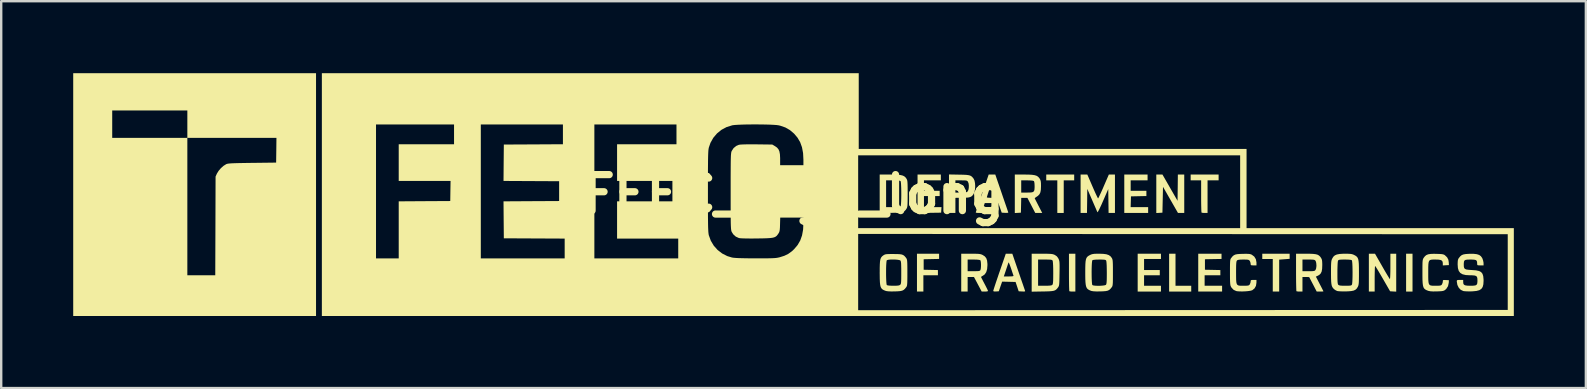
<source format=kicad_pcb>
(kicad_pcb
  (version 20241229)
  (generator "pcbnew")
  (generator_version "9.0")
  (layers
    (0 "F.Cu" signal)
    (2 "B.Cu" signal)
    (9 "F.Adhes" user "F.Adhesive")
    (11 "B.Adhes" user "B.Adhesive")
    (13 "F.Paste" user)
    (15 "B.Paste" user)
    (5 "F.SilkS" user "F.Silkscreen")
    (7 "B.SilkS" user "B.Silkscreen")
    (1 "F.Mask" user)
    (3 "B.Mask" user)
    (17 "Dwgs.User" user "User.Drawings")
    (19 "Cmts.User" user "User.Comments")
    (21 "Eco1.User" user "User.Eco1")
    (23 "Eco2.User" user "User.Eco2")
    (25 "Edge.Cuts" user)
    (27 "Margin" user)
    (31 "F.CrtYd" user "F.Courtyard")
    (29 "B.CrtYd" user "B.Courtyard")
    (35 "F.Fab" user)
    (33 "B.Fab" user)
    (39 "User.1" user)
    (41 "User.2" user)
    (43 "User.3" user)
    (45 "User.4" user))
  (footprint "FEEC_logo_long"
    (layer "F.Cu")
    (at 30.009 5.046)
    (property "Reference" "FEEC_logo_long" (at 0 0 0) (layer "F.SilkS") (effects (font (size 1.5 1.5) (thickness 0.3))))
    (attr board_only exclude_from_pos_files exclude_from_bom)
    (fp_poly (pts (xy 25.788 3.263) (xy 25.788 4.051) (xy 25.655 4.051) (xy 25.521 4.051) (xy 25.521 3.263) (xy 25.521 2.474) (xy 25.655 2.474) (xy 25.788 2.474)) (stroke (width 0) (type solid)) (fill yes) (layer "F.SilkS"))
    (fp_poly (pts (xy 15.914 3.142) (xy 15.914 3.809) (xy 16.242 3.809) (xy 16.569 3.809) (xy 16.569 3.93) (xy 16.569 4.051) (xy 16.108 4.051) (xy 15.648 4.051) (xy 15.648 3.263) (xy 15.648 2.474) (xy 15.781 2.474) (xy 15.914 2.474)) (stroke (width 0) (type solid)) (fill yes) (layer "F.SilkS"))
    (fp_poly (pts (xy 11.693 -0.704) (xy 11.693 -0.582) (xy 11.475 -0.582) (xy 11.257 -0.582) (xy 11.257 0.097) (xy 11.257 0.776) (xy 11.123 0.776) (xy 10.99 0.776) (xy 10.99 0.097) (xy 10.99 -0.582) (xy 10.759 -0.582) (xy 10.529 -0.582) (xy 10.529 -0.704) (xy 10.529 -0.825) (xy 11.111 -0.825) (xy 11.693 -0.825)) (stroke (width 0) (type solid)) (fill yes) (layer "F.SilkS"))
    (fp_poly (pts (xy 11.742 3.263) (xy 11.742 4.051) (xy 11.624 4.051) (xy 11.553 4.048) (xy 11.503 4.04) (xy 11.491 4.035) (xy 11.487 4.008) (xy 11.484 3.938) (xy 11.48 3.831) (xy 11.478 3.694) (xy 11.476 3.532) (xy 11.475 3.35) (xy 11.475 3.247) (xy 11.475 2.474) (xy 11.608 2.474) (xy 11.742 2.474)) (stroke (width 0) (type solid)) (fill yes) (layer "F.SilkS"))
    (fp_poly (pts (xy 20.669 2.581) (xy 20.669 2.687) (xy 20.451 2.704) (xy 20.233 2.721) (xy 20.233 3.386) (xy 20.233 4.051) (xy 20.099 4.051) (xy 19.966 4.051) (xy 19.966 3.372) (xy 19.966 2.693) (xy 19.747 2.693) (xy 19.529 2.693) (xy 19.529 2.584) (xy 19.529 2.474) (xy 20.099 2.474) (xy 20.669 2.474)) (stroke (width 0) (type solid)) (fill yes) (layer "F.SilkS"))
    (fp_poly (pts (xy 6.065 2.583) (xy 6.065 2.691) (xy 5.744 2.698) (xy 5.422 2.705) (xy 5.422 2.923) (xy 5.422 3.142) (xy 5.719 3.148) (xy 6.016 3.155) (xy 6.016 3.264) (xy 6.016 3.372) (xy 5.713 3.372) (xy 5.41 3.372) (xy 5.41 3.712) (xy 5.41 4.051) (xy 5.277 4.051) (xy 5.143 4.051) (xy 5.143 3.263) (xy 5.143 2.474) (xy 5.604 2.474) (xy 6.065 2.474)) (stroke (width 0) (type solid)) (fill yes) (layer "F.SilkS"))
    (fp_poly (pts (xy 15.684 -0.278) (xy 15.999 0.27) (xy 16.006 -0.278) (xy 16.012 -0.825) (xy 16.145 -0.825) (xy 16.278 -0.825) (xy 16.278 -0.024) (xy 16.278 0.776) (xy 16.147 0.776) (xy 16.017 0.776) (xy 15.705 0.232) (xy 15.393 -0.312) (xy 15.381 0.226) (xy 15.369 0.764) (xy 15.241 0.772) (xy 15.114 0.779) (xy 15.114 -0.023) (xy 15.114 -0.825) (xy 15.242 -0.825) (xy 15.37 -0.825)) (stroke (width 0) (type solid)) (fill yes) (layer "F.SilkS"))
    (fp_poly (pts (xy 6.138 -0.704) (xy 6.138 -0.582) (xy 5.786 -0.582) (xy 5.434 -0.582) (xy 5.434 -0.364) (xy 5.434 -0.146) (xy 5.762 -0.146) (xy 6.089 -0.146) (xy 6.089 -0.036) (xy 6.089 0.073) (xy 5.762 0.073) (xy 5.434 0.073) (xy 5.434 0.303) (xy 5.434 0.534) (xy 5.799 0.534) (xy 6.165 0.534) (xy 6.157 0.649) (xy 6.15 0.764) (xy 5.659 0.771) (xy 5.167 0.777) (xy 5.167 -0.024) (xy 5.167 -0.825) (xy 5.653 -0.825) (xy 6.138 -0.825)) (stroke (width 0) (type solid)) (fill yes) (layer "F.SilkS"))
    (fp_poly (pts (xy 14.75 -0.704) (xy 14.75 -0.582) (xy 14.398 -0.582) (xy 14.046 -0.582) (xy 14.046 -0.364) (xy 14.046 -0.146) (xy 14.374 -0.146) (xy 14.701 -0.146) (xy 14.701 -0.037) (xy 14.701 0.071) (xy 14.38 0.078) (xy 14.059 0.085) (xy 14.052 0.309) (xy 14.045 0.534) (xy 14.409 0.534) (xy 14.774 0.534) (xy 14.774 0.655) (xy 14.774 0.776) (xy 14.277 0.776) (xy 13.78 0.776) (xy 13.78 -0.024) (xy 13.78 -0.825) (xy 14.265 -0.825) (xy 14.75 -0.825)) (stroke (width 0) (type solid)) (fill yes) (layer "F.SilkS"))
    (fp_poly (pts (xy 15.308 2.584) (xy 15.308 2.693) (xy 14.956 2.693) (xy 14.604 2.693) (xy 14.604 2.923) (xy 14.604 3.154) (xy 14.932 3.154) (xy 15.259 3.154) (xy 15.259 3.263) (xy 15.259 3.372) (xy 14.932 3.372) (xy 14.604 3.372) (xy 14.604 3.59) (xy 14.604 3.809) (xy 14.956 3.809) (xy 15.308 3.809) (xy 15.308 3.93) (xy 15.308 4.051) (xy 14.823 4.051) (xy 14.338 4.051) (xy 14.338 3.263) (xy 14.338 2.474) (xy 14.823 2.474) (xy 15.308 2.474)) (stroke (width 0) (type solid)) (fill yes) (layer "F.SilkS"))
    (fp_poly (pts (xy 17.71 -0.704) (xy 17.71 -0.582) (xy 17.479 -0.582) (xy 17.249 -0.582) (xy 17.249 0.097) (xy 17.249 0.776) (xy 17.131 0.776) (xy 17.06 0.773) (xy 17.01 0.765) (xy 16.998 0.76) (xy 16.994 0.733) (xy 16.99 0.663) (xy 16.987 0.557) (xy 16.984 0.423) (xy 16.982 0.265) (xy 16.982 0.091) (xy 16.982 0.081) (xy 16.982 -0.582) (xy 16.764 -0.582) (xy 16.545 -0.582) (xy 16.545 -0.704) (xy 16.545 -0.825) (xy 17.127 -0.825) (xy 17.71 -0.825)) (stroke (width 0) (type solid)) (fill yes) (layer "F.SilkS"))
    (fp_poly (pts (xy 17.831 2.583) (xy 17.831 2.692) (xy 17.485 2.698) (xy 17.14 2.705) (xy 17.14 2.923) (xy 17.14 3.142) (xy 17.461 3.148) (xy 17.782 3.155) (xy 17.782 3.264) (xy 17.782 3.372) (xy 17.455 3.372) (xy 17.127 3.372) (xy 17.127 3.59) (xy 17.127 3.809) (xy 17.491 3.809) (xy 17.855 3.809) (xy 17.855 3.93) (xy 17.855 4.051) (xy 17.358 4.051) (xy 16.861 4.051) (xy 16.861 3.263) (xy 16.861 2.474) (xy 17.346 2.474) (xy 17.831 2.474)) (stroke (width 0) (type solid)) (fill yes) (layer "F.SilkS"))
    (fp_poly (pts (xy 24.524 2.996) (xy 24.607 3.141) (xy 24.683 3.271) (xy 24.749 3.381) (xy 24.8 3.465) (xy 24.833 3.517) (xy 24.845 3.531) (xy 24.851 3.512) (xy 24.857 3.451) (xy 24.861 3.352) (xy 24.865 3.223) (xy 24.866 3.068) (xy 24.866 3.01) (xy 24.866 2.474) (xy 24.988 2.474) (xy 25.109 2.474) (xy 25.109 3.264) (xy 25.109 4.054) (xy 24.982 4.047) (xy 24.854 4.039) (xy 24.551 3.512) (xy 24.467 3.368) (xy 24.391 3.239) (xy 24.326 3.13) (xy 24.275 3.048) (xy 24.241 2.998) (xy 24.229 2.984) (xy 24.224 3.007) (xy 24.219 3.072) (xy 24.216 3.171) (xy 24.213 3.298) (xy 24.211 3.446) (xy 24.211 3.518) (xy 24.211 4.051) (xy 24.09 4.051) (xy 23.969 4.051) (xy 23.969 3.263) (xy 23.969 2.474) (xy 24.097 2.474) (xy 24.225 2.474)) (stroke (width 0) (type solid)) (fill yes) (layer "F.SilkS"))
    (fp_poly (pts (xy 12.455 -0.328) (xy 12.518 -0.184) (xy 12.575 -0.056) (xy 12.624 0.048) (xy 12.661 0.124) (xy 12.683 0.165) (xy 12.688 0.17) (xy 12.703 0.149) (xy 12.733 0.089) (xy 12.776 -0.003) (xy 12.83 -0.12) (xy 12.891 -0.256) (xy 12.921 -0.327) (xy 13.137 -0.825) (xy 13.264 -0.825) (xy 13.391 -0.825) (xy 13.391 -0.024) (xy 13.391 0.776) (xy 13.258 0.776) (xy 13.126 0.776) (xy 13.119 0.279) (xy 13.112 -0.218) (xy 12.895 0.279) (xy 12.832 0.423) (xy 12.774 0.547) (xy 12.726 0.646) (xy 12.689 0.714) (xy 12.667 0.746) (xy 12.662 0.746) (xy 12.648 0.716) (xy 12.618 0.648) (xy 12.575 0.549) (xy 12.522 0.427) (xy 12.462 0.289) (xy 12.443 0.244) (xy 12.239 -0.227) (xy 12.233 0.275) (xy 12.226 0.776) (xy 12.093 0.776) (xy 11.96 0.776) (xy 11.96 -0.024) (xy 11.96 -0.825) (xy 12.1 -0.825) (xy 12.24 -0.825)) (stroke (width 0) (type solid)) (fill yes) (layer "F.SilkS"))
    (fp_poly (pts (xy -19.893 0.012) (xy -19.893 5.07) (xy -24.951 5.07) (xy -30.009 5.07) (xy -30.009 0.012) (xy -30.009 -3.493) (xy -28.384 -3.493) (xy -28.384 -2.923) (xy -28.384 -2.353) (xy -26.819 -2.353) (xy -25.254 -2.353) (xy -25.254 0.509) (xy -25.254 3.372) (xy -24.673 3.372) (xy -24.091 3.372) (xy -24.084 1.316) (xy -24.078 -0.74) (xy -24.021 -0.866) (xy -23.953 -0.977) (xy -23.857 -1.089) (xy -23.747 -1.187) (xy -23.638 -1.255) (xy -23.635 -1.257) (xy -23.607 -1.267) (xy -23.57 -1.276) (xy -23.52 -1.283) (xy -23.451 -1.289) (xy -23.359 -1.294) (xy -23.24 -1.298) (xy -23.089 -1.302) (xy -22.9 -1.305) (xy -22.67 -1.309) (xy -22.549 -1.31) (xy -21.555 -1.322) (xy -21.548 -1.838) (xy -21.542 -2.353) (xy -23.398 -2.353) (xy -25.254 -2.353) (xy -25.254 -2.923) (xy -25.254 -3.493) (xy -26.819 -3.493) (xy -28.384 -3.493) (xy -30.009 -3.493) (xy -30.009 -5.046) (xy -24.951 -5.046) (xy -19.893 -5.046)) (stroke (width 0) (type solid)) (fill yes) (layer "F.SilkS"))
    (fp_poly (pts (xy 6.9 -0.82) (xy 7.066 -0.817) (xy 7.192 -0.811) (xy 7.284 -0.8) (xy 7.353 -0.783) (xy 7.405 -0.756) (xy 7.448 -0.719) (xy 7.49 -0.668) (xy 7.505 -0.648) (xy 7.54 -0.572) (xy 7.561 -0.465) (xy 7.569 -0.341) (xy 7.562 -0.217) (xy 7.54 -0.107) (xy 7.525 -0.065) (xy 7.483 0.015) (xy 7.433 0.073) (xy 7.367 0.111) (xy 7.276 0.133) (xy 7.153 0.143) (xy 7.029 0.145) (xy 6.744 0.146) (xy 6.744 0.461) (xy 6.744 0.776) (xy 6.611 0.776) (xy 6.477 0.776) (xy 6.477 -0.026) (xy 6.477 -0.582) (xy 6.744 -0.582) (xy 6.744 -0.328) (xy 6.744 -0.073) (xy 6.975 -0.073) (xy 7.086 -0.074) (xy 7.161 -0.08) (xy 7.209 -0.091) (xy 7.241 -0.11) (xy 7.254 -0.121) (xy 7.284 -0.179) (xy 7.301 -0.265) (xy 7.304 -0.364) (xy 7.293 -0.456) (xy 7.266 -0.525) (xy 7.264 -0.528) (xy 7.243 -0.553) (xy 7.215 -0.569) (xy 7.168 -0.578) (xy 7.094 -0.581) (xy 6.985 -0.582) (xy 6.744 -0.582) (xy 6.477 -0.582) (xy 6.477 -0.828)) (stroke (width 0) (type solid)) (fill yes) (layer "F.SilkS"))
    (fp_poly (pts (xy 9.371 3.22) (xy 9.434 3.403) (xy 9.492 3.572) (xy 9.544 3.721) (xy 9.587 3.846) (xy 9.619 3.939) (xy 9.639 3.996) (xy 9.644 4.01) (xy 9.649 4.035) (xy 9.633 4.047) (xy 9.586 4.049) (xy 9.521 4.047) (xy 9.38 4.039) (xy 9.316 3.845) (xy 9.251 3.651) (xy 8.971 3.644) (xy 8.691 3.637) (xy 8.621 3.838) (xy 8.552 4.039) (xy 8.436 4.047) (xy 8.36 4.047) (xy 8.325 4.034) (xy 8.321 4.022) (xy 8.329 3.993) (xy 8.35 3.923) (xy 8.384 3.818) (xy 8.428 3.684) (xy 8.481 3.528) (xy 8.518 3.421) (xy 8.761 3.421) (xy 8.968 3.421) (xy 9.073 3.419) (xy 9.136 3.412) (xy 9.163 3.401) (xy 9.164 3.39) (xy 9.153 3.356) (xy 9.129 3.287) (xy 9.097 3.191) (xy 9.061 3.081) (xy 9.024 2.978) (xy 8.993 2.898) (xy 8.969 2.848) (xy 8.957 2.837) (xy 8.956 2.838) (xy 8.944 2.875) (xy 8.92 2.947) (xy 8.888 3.043) (xy 8.853 3.148) (xy 8.761 3.421) (xy 8.518 3.421) (xy 8.54 3.353) (xy 8.582 3.233) (xy 8.843 2.475) (xy 8.979 2.475) (xy 9.115 2.474)) (stroke (width 0) (type solid)) (fill yes) (layer "F.SilkS"))
    (fp_poly (pts (xy 4.021 -0.824) (xy 4.211 -0.822) (xy 4.359 -0.815) (xy 4.472 -0.801) (xy 4.557 -0.779) (xy 4.62 -0.746) (xy 4.669 -0.702) (xy 4.706 -0.65) (xy 4.722 -0.621) (xy 4.734 -0.588) (xy 4.743 -0.544) (xy 4.748 -0.482) (xy 4.752 -0.396) (xy 4.754 -0.278) (xy 4.755 -0.123) (xy 4.755 -0.024) (xy 4.754 0.154) (xy 4.753 0.291) (xy 4.75 0.393) (xy 4.746 0.467) (xy 4.738 0.519) (xy 4.728 0.557) (xy 4.714 0.587) (xy 4.707 0.599) (xy 4.671 0.652) (xy 4.63 0.692) (xy 4.579 0.722) (xy 4.508 0.743) (xy 4.413 0.757) (xy 4.286 0.766) (xy 4.12 0.771) (xy 4.045 0.772) (xy 3.59 0.78) (xy 3.59 -0.022) (xy 3.59 -0.582) (xy 3.857 -0.582) (xy 3.857 -0.024) (xy 3.857 0.534) (xy 4.144 0.534) (xy 4.294 0.531) (xy 4.397 0.523) (xy 4.452 0.509) (xy 4.459 0.505) (xy 4.469 0.47) (xy 4.478 0.397) (xy 4.484 0.293) (xy 4.488 0.167) (xy 4.49 0.029) (xy 4.489 -0.112) (xy 4.487 -0.248) (xy 4.482 -0.369) (xy 4.476 -0.467) (xy 4.467 -0.531) (xy 4.459 -0.553) (xy 4.417 -0.568) (xy 4.327 -0.578) (xy 4.19 -0.582) (xy 4.144 -0.582) (xy 3.857 -0.582) (xy 3.59 -0.582) (xy 3.59 -0.825)) (stroke (width 0) (type solid)) (fill yes) (layer "F.SilkS"))
    (fp_poly (pts (xy 9.613 -0.824) (xy 9.796 -0.822) (xy 9.937 -0.814) (xy 10.045 -0.798) (xy 10.125 -0.773) (xy 10.185 -0.736) (xy 10.233 -0.686) (xy 10.258 -0.649) (xy 10.284 -0.599) (xy 10.3 -0.543) (xy 10.308 -0.468) (xy 10.31 -0.359) (xy 10.31 -0.337) (xy 10.304 -0.19) (xy 10.284 -0.081) (xy 10.244 0.000321) (xy 10.182 0.064) (xy 10.127 0.101) (xy 10.076 0.136) (xy 10.049 0.162) (xy 10.049 0.167) (xy 10.062 0.194) (xy 10.093 0.255) (xy 10.138 0.342) (xy 10.192 0.448) (xy 10.208 0.48) (xy 10.361 0.776) (xy 10.216 0.776) (xy 10.071 0.776) (xy 9.907 0.461) (xy 9.743 0.146) (xy 9.615 0.146) (xy 9.487 0.146) (xy 9.48 0.455) (xy 9.473 0.764) (xy 9.346 0.772) (xy 9.219 0.779) (xy 9.219 -0.023) (xy 9.219 -0.582) (xy 9.486 -0.582) (xy 9.486 -0.328) (xy 9.486 -0.073) (xy 9.72 -0.073) (xy 9.838 -0.075) (xy 9.918 -0.081) (xy 9.969 -0.094) (xy 9.999 -0.113) (xy 10.023 -0.145) (xy 10.037 -0.194) (xy 10.043 -0.273) (xy 10.044 -0.339) (xy 10.04 -0.443) (xy 10.029 -0.519) (xy 10.014 -0.553) (xy 9.973 -0.568) (xy 9.886 -0.578) (xy 9.757 -0.582) (xy 9.735 -0.582) (xy 9.486 -0.582) (xy 9.219 -0.582) (xy 9.219 -0.825)) (stroke (width 0) (type solid)) (fill yes) (layer "F.SilkS"))
    (fp_poly (pts (xy 8.269 -0.825) (xy 8.406 -0.824) (xy 8.673 -0.046) (xy 8.736 0.139) (xy 8.795 0.31) (xy 8.847 0.461) (xy 8.89 0.586) (xy 8.922 0.681) (xy 8.942 0.739) (xy 8.948 0.756) (xy 8.931 0.768) (xy 8.875 0.773) (xy 8.815 0.772) (xy 8.673 0.764) (xy 8.603 0.564) (xy 8.534 0.364) (xy 8.251 0.364) (xy 7.967 0.364) (xy 7.9 0.57) (xy 7.833 0.776) (xy 7.713 0.776) (xy 7.644 0.773) (xy 7.601 0.763) (xy 7.593 0.755) (xy 7.598 0.736) (xy 7.613 0.688) (xy 7.639 0.609) (xy 7.677 0.496) (xy 7.727 0.349) (xy 7.79 0.165) (xy 7.803 0.127) (xy 8.054 0.127) (xy 8.076 0.136) (xy 8.133 0.141) (xy 8.21 0.145) (xy 8.294 0.145) (xy 8.371 0.143) (xy 8.427 0.138) (xy 8.448 0.132) (xy 8.446 0.105) (xy 8.431 0.041) (xy 8.404 -0.05) (xy 8.369 -0.159) (xy 8.364 -0.174) (xy 8.327 -0.281) (xy 8.293 -0.368) (xy 8.266 -0.425) (xy 8.25 -0.445) (xy 8.249 -0.445) (xy 8.235 -0.416) (xy 8.211 -0.352) (xy 8.179 -0.265) (xy 8.145 -0.166) (xy 8.112 -0.065) (xy 8.083 0.024) (xy 8.062 0.092) (xy 8.054 0.127) (xy 8.054 0.127) (xy 7.803 0.127) (xy 7.867 -0.059) (xy 7.958 -0.324) (xy 8.065 -0.632) (xy 8.083 -0.685) (xy 8.131 -0.825)) (stroke (width 0) (type solid)) (fill yes) (layer "F.SilkS"))
    (fp_poly (pts (xy 7.532 2.475) (xy 7.642 2.477) (xy 7.722 2.482) (xy 7.781 2.491) (xy 7.827 2.504) (xy 7.87 2.522) (xy 7.884 2.529) (xy 7.971 2.587) (xy 8.03 2.661) (xy 8.064 2.759) (xy 8.078 2.892) (xy 8.079 2.946) (xy 8.066 3.113) (xy 8.029 3.241) (xy 7.966 3.335) (xy 7.896 3.386) (xy 7.843 3.417) (xy 7.814 3.439) (xy 7.812 3.442) (xy 7.822 3.467) (xy 7.852 3.525) (xy 7.895 3.61) (xy 7.949 3.712) (xy 7.957 3.728) (xy 8.012 3.833) (xy 8.058 3.924) (xy 8.089 3.991) (xy 8.103 4.025) (xy 8.103 4.027) (xy 8.081 4.04) (xy 8.024 4.049) (xy 7.971 4.051) (xy 7.84 4.051) (xy 7.679 3.748) (xy 7.518 3.445) (xy 7.386 3.445) (xy 7.254 3.445) (xy 7.254 3.748) (xy 7.254 4.051) (xy 7.12 4.051) (xy 6.987 4.051) (xy 6.987 3.263) (xy 6.987 2.717) (xy 7.254 2.717) (xy 7.254 2.96) (xy 7.254 3.202) (xy 7.508 3.202) (xy 7.623 3.201) (xy 7.699 3.198) (xy 7.745 3.189) (xy 7.772 3.175) (xy 7.787 3.155) (xy 7.801 3.103) (xy 7.809 3.023) (xy 7.811 2.931) (xy 7.806 2.844) (xy 7.796 2.776) (xy 7.783 2.746) (xy 7.741 2.731) (xy 7.654 2.721) (xy 7.525 2.717) (xy 7.504 2.717) (xy 7.254 2.717) (xy 6.987 2.717) (xy 6.987 2.474) (xy 7.382 2.474)) (stroke (width 0) (type solid)) (fill yes) (layer "F.SilkS"))
    (fp_poly (pts (xy 10.509 2.475) (xy 10.627 2.477) (xy 10.714 2.482) (xy 10.777 2.489) (xy 10.826 2.501) (xy 10.868 2.517) (xy 10.884 2.524) (xy 10.971 2.583) (xy 11.031 2.667) (xy 11.038 2.681) (xy 11.055 2.719) (xy 11.068 2.758) (xy 11.077 2.805) (xy 11.082 2.868) (xy 11.085 2.955) (xy 11.085 3.072) (xy 11.083 3.227) (xy 11.082 3.296) (xy 11.079 3.467) (xy 11.076 3.597) (xy 11.072 3.692) (xy 11.066 3.76) (xy 11.057 3.806) (xy 11.045 3.839) (xy 11.029 3.866) (xy 11.025 3.872) (xy 10.982 3.927) (xy 10.941 3.969) (xy 10.895 3.999) (xy 10.837 4.019) (xy 10.758 4.032) (xy 10.652 4.04) (xy 10.509 4.045) (xy 10.381 4.047) (xy 9.922 4.055) (xy 9.922 3.265) (xy 9.922 2.717) (xy 10.189 2.717) (xy 10.189 3.263) (xy 10.189 3.809) (xy 10.466 3.809) (xy 10.594 3.807) (xy 10.682 3.802) (xy 10.739 3.793) (xy 10.773 3.778) (xy 10.782 3.771) (xy 10.795 3.75) (xy 10.805 3.715) (xy 10.812 3.66) (xy 10.817 3.576) (xy 10.819 3.459) (xy 10.82 3.3) (xy 10.82 3.272) (xy 10.819 3.109) (xy 10.815 2.97) (xy 10.809 2.862) (xy 10.801 2.79) (xy 10.795 2.764) (xy 10.78 2.744) (xy 10.754 2.731) (xy 10.71 2.723) (xy 10.637 2.719) (xy 10.528 2.717) (xy 10.479 2.717) (xy 10.189 2.717) (xy 9.922 2.717) (xy 9.922 2.474) (xy 10.351 2.474)) (stroke (width 0) (type solid)) (fill yes) (layer "F.SilkS"))
    (fp_poly (pts (xy 21.343 2.475) (xy 21.519 2.476) (xy 21.654 2.482) (xy 21.756 2.495) (xy 21.831 2.515) (xy 21.888 2.547) (xy 21.935 2.59) (xy 21.973 2.642) (xy 21.999 2.688) (xy 22.016 2.738) (xy 22.024 2.804) (xy 22.028 2.901) (xy 22.028 2.957) (xy 22.022 3.107) (xy 22.002 3.217) (xy 21.963 3.297) (xy 21.904 3.356) (xy 21.846 3.389) (xy 21.762 3.429) (xy 21.919 3.731) (xy 21.976 3.84) (xy 22.023 3.933) (xy 22.058 4.002) (xy 22.075 4.038) (xy 22.076 4.042) (xy 22.054 4.047) (xy 21.997 4.05) (xy 21.937 4.051) (xy 21.797 4.051) (xy 21.64 3.748) (xy 21.482 3.446) (xy 21.343 3.445) (xy 21.203 3.445) (xy 21.203 3.748) (xy 21.203 4.051) (xy 21.086 4.051) (xy 21.014 4.048) (xy 20.964 4.04) (xy 20.952 4.035) (xy 20.948 4.008) (xy 20.945 3.938) (xy 20.942 3.831) (xy 20.939 3.694) (xy 20.937 3.532) (xy 20.936 3.35) (xy 20.936 3.247) (xy 20.936 2.717) (xy 21.203 2.717) (xy 21.203 2.96) (xy 21.203 3.202) (xy 21.456 3.202) (xy 21.571 3.202) (xy 21.647 3.198) (xy 21.695 3.19) (xy 21.724 3.175) (xy 21.745 3.152) (xy 21.748 3.148) (xy 21.773 3.083) (xy 21.785 2.986) (xy 21.785 2.96) (xy 21.777 2.858) (xy 21.755 2.783) (xy 21.748 2.771) (xy 21.727 2.747) (xy 21.699 2.731) (xy 21.654 2.722) (xy 21.582 2.718) (xy 21.473 2.717) (xy 21.456 2.717) (xy 21.203 2.717) (xy 20.936 2.717) (xy 20.936 2.474)) (stroke (width 0) (type solid)) (fill yes) (layer "F.SilkS"))
    (fp_poly (pts (xy 26.775 2.48) (xy 26.905 2.484) (xy 26.995 2.49) (xy 27.058 2.5) (xy 27.102 2.515) (xy 27.137 2.536) (xy 27.137 2.537) (xy 27.229 2.624) (xy 27.281 2.724) (xy 27.297 2.826) (xy 27.304 2.948) (xy 27.177 2.955) (xy 27.05 2.962) (xy 27.05 2.88) (xy 27.042 2.812) (xy 27.015 2.765) (xy 26.96 2.736) (xy 26.872 2.721) (xy 26.743 2.717) (xy 26.74 2.717) (xy 26.644 2.717) (xy 26.572 2.723) (xy 26.519 2.738) (xy 26.483 2.77) (xy 26.461 2.825) (xy 26.449 2.908) (xy 26.444 3.025) (xy 26.443 3.182) (xy 26.443 3.263) (xy 26.443 3.439) (xy 26.446 3.573) (xy 26.455 3.669) (xy 26.472 3.735) (xy 26.502 3.776) (xy 26.548 3.798) (xy 26.612 3.807) (xy 26.699 3.809) (xy 26.746 3.809) (xy 26.854 3.808) (xy 26.925 3.803) (xy 26.968 3.793) (xy 26.995 3.776) (xy 27.012 3.755) (xy 27.041 3.689) (xy 27.05 3.632) (xy 27.052 3.593) (xy 27.067 3.573) (xy 27.108 3.568) (xy 27.177 3.571) (xy 27.304 3.578) (xy 27.297 3.687) (xy 27.267 3.825) (xy 27.195 3.938) (xy 27.141 3.987) (xy 27.103 4.009) (xy 27.056 4.025) (xy 26.987 4.035) (xy 26.887 4.041) (xy 26.801 4.044) (xy 26.647 4.046) (xy 26.533 4.039) (xy 26.453 4.023) (xy 26.437 4.018) (xy 26.367 3.99) (xy 26.313 3.959) (xy 26.271 3.92) (xy 26.242 3.867) (xy 26.222 3.793) (xy 26.21 3.692) (xy 26.203 3.559) (xy 26.201 3.387) (xy 26.201 3.256) (xy 26.201 3.081) (xy 26.202 2.949) (xy 26.204 2.85) (xy 26.209 2.78) (xy 26.216 2.73) (xy 26.227 2.694) (xy 26.241 2.665) (xy 26.256 2.642) (xy 26.308 2.576) (xy 26.367 2.529) (xy 26.441 2.499) (xy 26.541 2.483) (xy 26.675 2.478)) (stroke (width 0) (type solid)) (fill yes) (layer "F.SilkS"))
    (fp_poly (pts (xy 18.94 2.48) (xy 19.008 2.487) (xy 19.058 2.501) (xy 19.092 2.516) (xy 19.195 2.594) (xy 19.261 2.702) (xy 19.286 2.831) (xy 19.287 2.842) (xy 19.287 2.96) (xy 19.165 2.96) (xy 19.093 2.958) (xy 19.058 2.948) (xy 19.045 2.923) (xy 19.044 2.892) (xy 19.03 2.82) (xy 19.006 2.771) (xy 18.984 2.746) (xy 18.954 2.73) (xy 18.906 2.721) (xy 18.828 2.718) (xy 18.741 2.717) (xy 18.624 2.719) (xy 18.545 2.727) (xy 18.497 2.74) (xy 18.476 2.755) (xy 18.462 2.776) (xy 18.452 2.811) (xy 18.445 2.867) (xy 18.44 2.951) (xy 18.438 3.07) (xy 18.437 3.229) (xy 18.437 3.247) (xy 18.438 3.426) (xy 18.44 3.562) (xy 18.448 3.662) (xy 18.465 3.73) (xy 18.493 3.773) (xy 18.536 3.797) (xy 18.597 3.807) (xy 18.68 3.809) (xy 18.741 3.809) (xy 18.849 3.808) (xy 18.919 3.803) (xy 18.962 3.793) (xy 18.989 3.776) (xy 19.006 3.755) (xy 19.035 3.688) (xy 19.044 3.634) (xy 19.047 3.594) (xy 19.065 3.574) (xy 19.11 3.567) (xy 19.165 3.566) (xy 19.287 3.566) (xy 19.286 3.681) (xy 19.266 3.812) (xy 19.206 3.919) (xy 19.112 3.995) (xy 19.049 4.014) (xy 18.951 4.03) (xy 18.832 4.041) (xy 18.706 4.046) (xy 18.586 4.045) (xy 18.486 4.037) (xy 18.443 4.029) (xy 18.335 3.979) (xy 18.248 3.888) (xy 18.223 3.845) (xy 18.209 3.814) (xy 18.199 3.771) (xy 18.192 3.71) (xy 18.187 3.625) (xy 18.184 3.508) (xy 18.183 3.353) (xy 18.183 3.247) (xy 18.183 3.073) (xy 18.184 2.941) (xy 18.187 2.843) (xy 18.191 2.774) (xy 18.199 2.726) (xy 18.209 2.692) (xy 18.224 2.666) (xy 18.233 2.654) (xy 18.286 2.588) (xy 18.339 2.542) (xy 18.401 2.511) (xy 18.482 2.493) (xy 18.593 2.484) (xy 18.712 2.48) (xy 18.845 2.478)) (stroke (width 0) (type solid)) (fill yes) (layer "F.SilkS"))
    (fp_poly (pts (xy 28.337 2.479) (xy 28.468 2.494) (xy 28.566 2.526) (xy 28.637 2.578) (xy 28.689 2.653) (xy 28.7 2.674) (xy 28.729 2.759) (xy 28.746 2.846) (xy 28.747 2.869) (xy 28.748 2.96) (xy 28.614 2.96) (xy 28.538 2.959) (xy 28.498 2.951) (xy 28.483 2.929) (xy 28.481 2.888) (xy 28.481 2.885) (xy 28.477 2.813) (xy 28.459 2.765) (xy 28.42 2.736) (xy 28.351 2.722) (xy 28.244 2.717) (xy 28.202 2.717) (xy 28.082 2.719) (xy 28.003 2.73) (xy 27.955 2.755) (xy 27.932 2.801) (xy 27.924 2.875) (xy 27.923 2.929) (xy 27.926 3.012) (xy 27.941 3.07) (xy 27.975 3.109) (xy 28.034 3.132) (xy 28.128 3.145) (xy 28.262 3.154) (xy 28.267 3.154) (xy 28.433 3.167) (xy 28.557 3.194) (xy 28.645 3.239) (xy 28.702 3.309) (xy 28.734 3.408) (xy 28.747 3.542) (xy 28.748 3.606) (xy 28.739 3.751) (xy 28.71 3.861) (xy 28.655 3.94) (xy 28.57 3.994) (xy 28.449 4.026) (xy 28.288 4.041) (xy 28.238 4.043) (xy 28.122 4.044) (xy 28.016 4.04) (xy 27.934 4.034) (xy 27.902 4.028) (xy 27.797 3.978) (xy 27.714 3.891) (xy 27.657 3.775) (xy 27.633 3.638) (xy 27.632 3.621) (xy 27.637 3.589) (xy 27.657 3.573) (xy 27.706 3.567) (xy 27.765 3.566) (xy 27.899 3.566) (xy 27.899 3.649) (xy 27.905 3.717) (xy 27.929 3.762) (xy 27.978 3.79) (xy 28.059 3.804) (xy 28.179 3.809) (xy 28.201 3.809) (xy 28.324 3.806) (xy 28.407 3.795) (xy 28.457 3.768) (xy 28.483 3.72) (xy 28.492 3.645) (xy 28.493 3.585) (xy 28.489 3.497) (xy 28.472 3.438) (xy 28.434 3.401) (xy 28.368 3.381) (xy 28.266 3.373) (xy 28.181 3.372) (xy 28.007 3.363) (xy 27.874 3.331) (xy 27.778 3.275) (xy 27.714 3.19) (xy 27.679 3.072) (xy 27.668 2.919) (xy 27.671 2.812) (xy 27.679 2.739) (xy 27.697 2.687) (xy 27.718 2.654) (xy 27.775 2.584) (xy 27.832 2.537) (xy 27.9 2.507) (xy 27.991 2.489) (xy 28.114 2.48) (xy 28.165 2.478)) (stroke (width 0) (type solid)) (fill yes) (layer "F.SilkS"))
    (fp_poly (pts (xy 12.904 2.48) (xy 13.033 2.497) (xy 13.131 2.53) (xy 13.203 2.579) (xy 13.258 2.649) (xy 13.259 2.65) (xy 13.274 2.679) (xy 13.286 2.713) (xy 13.295 2.759) (xy 13.3 2.823) (xy 13.304 2.912) (xy 13.306 3.033) (xy 13.306 3.193) (xy 13.306 3.267) (xy 13.306 3.443) (xy 13.305 3.577) (xy 13.303 3.677) (xy 13.298 3.747) (xy 13.291 3.797) (xy 13.281 3.831) (xy 13.267 3.857) (xy 13.256 3.872) (xy 13.204 3.937) (xy 13.152 3.983) (xy 13.091 4.013) (xy 13.011 4.031) (xy 12.901 4.04) (xy 12.779 4.045) (xy 12.621 4.046) (xy 12.505 4.04) (xy 12.422 4.028) (xy 12.39 4.018) (xy 12.32 3.989) (xy 12.266 3.956) (xy 12.224 3.914) (xy 12.195 3.855) (xy 12.175 3.775) (xy 12.163 3.667) (xy 12.156 3.525) (xy 12.154 3.342) (xy 12.154 3.259) (xy 12.154 3.22) (xy 12.419 3.22) (xy 12.42 3.36) (xy 12.422 3.493) (xy 12.427 3.611) (xy 12.434 3.704) (xy 12.443 3.764) (xy 12.45 3.78) (xy 12.491 3.796) (xy 12.567 3.806) (xy 12.665 3.811) (xy 12.771 3.81) (xy 12.872 3.803) (xy 12.955 3.792) (xy 13.007 3.776) (xy 13.014 3.771) (xy 13.027 3.75) (xy 13.037 3.715) (xy 13.044 3.66) (xy 13.049 3.576) (xy 13.051 3.459) (xy 13.052 3.3) (xy 13.052 3.272) (xy 13.05 3.109) (xy 13.047 2.97) (xy 13.041 2.862) (xy 13.033 2.79) (xy 13.027 2.764) (xy 13.011 2.743) (xy 12.984 2.729) (xy 12.936 2.722) (xy 12.858 2.718) (xy 12.742 2.717) (xy 12.74 2.717) (xy 12.601 2.72) (xy 12.505 2.729) (xy 12.454 2.743) (xy 12.45 2.746) (xy 12.44 2.781) (xy 12.431 2.854) (xy 12.425 2.958) (xy 12.421 3.083) (xy 12.419 3.22) (xy 12.154 3.22) (xy 12.155 3.066) (xy 12.159 2.915) (xy 12.167 2.8) (xy 12.182 2.714) (xy 12.205 2.651) (xy 12.237 2.605) (xy 12.281 2.568) (xy 12.339 2.535) (xy 12.349 2.529) (xy 12.403 2.505) (xy 12.459 2.489) (xy 12.529 2.479) (xy 12.624 2.475) (xy 12.734 2.474)) (stroke (width 0) (type solid)) (fill yes) (layer "F.SilkS"))
    (fp_poly (pts (xy 23.104 2.476) (xy 23.195 2.481) (xy 23.261 2.491) (xy 23.316 2.508) (xy 23.361 2.529) (xy 23.421 2.562) (xy 23.467 2.598) (xy 23.501 2.643) (xy 23.526 2.703) (xy 23.541 2.785) (xy 23.551 2.896) (xy 23.555 3.04) (xy 23.556 3.226) (xy 23.556 3.257) (xy 23.556 3.43) (xy 23.554 3.562) (xy 23.551 3.659) (xy 23.545 3.73) (xy 23.536 3.782) (xy 23.524 3.821) (xy 23.51 3.852) (xy 23.466 3.923) (xy 23.411 3.975) (xy 23.339 4.009) (xy 23.239 4.03) (xy 23.105 4.041) (xy 23.01 4.044) (xy 22.889 4.045) (xy 22.78 4.041) (xy 22.695 4.035) (xy 22.649 4.027) (xy 22.58 3.994) (xy 22.519 3.95) (xy 22.478 3.908) (xy 22.447 3.862) (xy 22.424 3.807) (xy 22.409 3.734) (xy 22.399 3.636) (xy 22.394 3.507) (xy 22.392 3.34) (xy 22.392 3.272) (xy 22.659 3.272) (xy 22.659 3.437) (xy 22.661 3.56) (xy 22.665 3.649) (xy 22.672 3.708) (xy 22.681 3.746) (xy 22.694 3.768) (xy 22.697 3.771) (xy 22.726 3.789) (xy 22.777 3.801) (xy 22.858 3.807) (xy 22.978 3.809) (xy 22.987 3.809) (xy 23.102 3.808) (xy 23.178 3.804) (xy 23.224 3.796) (xy 23.25 3.781) (xy 23.264 3.762) (xy 23.274 3.72) (xy 23.281 3.641) (xy 23.286 3.533) (xy 23.289 3.406) (xy 23.29 3.269) (xy 23.289 3.131) (xy 23.286 3.001) (xy 23.281 2.889) (xy 23.273 2.804) (xy 23.264 2.754) (xy 23.26 2.746) (xy 23.219 2.731) (xy 23.131 2.721) (xy 22.999 2.717) (xy 22.97 2.717) (xy 22.853 2.718) (xy 22.775 2.722) (xy 22.727 2.729) (xy 22.7 2.743) (xy 22.684 2.764) (xy 22.684 2.764) (xy 22.675 2.805) (xy 22.668 2.887) (xy 22.663 3.005) (xy 22.659 3.15) (xy 22.659 3.272) (xy 22.392 3.272) (xy 22.392 3.259) (xy 22.392 3.092) (xy 22.394 2.966) (xy 22.398 2.872) (xy 22.404 2.804) (xy 22.413 2.753) (xy 22.427 2.711) (xy 22.442 2.678) (xy 22.489 2.6) (xy 22.551 2.544) (xy 22.635 2.507) (xy 22.748 2.485) (xy 22.898 2.475) (xy 22.977 2.474)) (stroke (width 0) (type solid)) (fill yes) (layer "F.SilkS"))
    (fp_poly (pts (xy 4.316 2.488) (xy 4.428 2.494) (xy 4.51 2.507) (xy 4.571 2.531) (xy 4.621 2.568) (xy 4.668 2.621) (xy 4.693 2.654) (xy 4.709 2.678) (xy 4.721 2.707) (xy 4.73 2.746) (xy 4.736 2.802) (xy 4.74 2.883) (xy 4.742 2.994) (xy 4.743 3.143) (xy 4.743 3.263) (xy 4.743 3.44) (xy 4.741 3.575) (xy 4.739 3.674) (xy 4.734 3.746) (xy 4.728 3.795) (xy 4.717 3.83) (xy 4.704 3.856) (xy 4.693 3.872) (xy 4.64 3.937) (xy 4.588 3.983) (xy 4.527 4.013) (xy 4.447 4.031) (xy 4.337 4.04) (xy 4.215 4.045) (xy 4.057 4.046) (xy 3.941 4.04) (xy 3.858 4.028) (xy 3.827 4.018) (xy 3.756 3.989) (xy 3.701 3.956) (xy 3.66 3.913) (xy 3.63 3.854) (xy 3.611 3.773) (xy 3.599 3.664) (xy 3.593 3.521) (xy 3.591 3.337) (xy 3.59 3.265) (xy 3.591 3.22) (xy 3.856 3.22) (xy 3.856 3.36) (xy 3.859 3.493) (xy 3.864 3.611) (xy 3.871 3.704) (xy 3.88 3.764) (xy 3.886 3.78) (xy 3.928 3.795) (xy 4.014 3.805) (xy 4.141 3.809) (xy 4.157 3.809) (xy 4.277 3.807) (xy 4.358 3.801) (xy 4.41 3.789) (xy 4.443 3.769) (xy 4.444 3.769) (xy 4.459 3.751) (xy 4.471 3.724) (xy 4.479 3.682) (xy 4.484 3.617) (xy 4.487 3.524) (xy 4.488 3.394) (xy 4.488 3.261) (xy 4.488 3.094) (xy 4.485 2.97) (xy 4.482 2.88) (xy 4.475 2.82) (xy 4.466 2.781) (xy 4.453 2.759) (xy 4.45 2.755) (xy 4.408 2.738) (xy 4.332 2.725) (xy 4.234 2.717) (xy 4.128 2.715) (xy 4.027 2.718) (xy 3.944 2.727) (xy 3.893 2.742) (xy 3.886 2.746) (xy 3.876 2.781) (xy 3.868 2.854) (xy 3.861 2.958) (xy 3.857 3.083) (xy 3.856 3.22) (xy 3.591 3.22) (xy 3.591 3.073) (xy 3.595 2.924) (xy 3.602 2.81) (xy 3.615 2.725) (xy 3.635 2.662) (xy 3.663 2.614) (xy 3.7 2.575) (xy 3.739 2.545) (xy 3.775 2.522) (xy 3.811 2.506) (xy 3.857 2.495) (xy 3.923 2.49) (xy 4.018 2.487) (xy 4.151 2.487) (xy 4.165 2.487)) (stroke (width 0) (type solid)) (fill yes) (layer "F.SilkS"))
    (fp_poly (pts (xy 2.717 -3.469) (xy 2.717 -1.892) (xy 10.796 -1.892) (xy 18.874 -1.892) (xy 18.874 -0.243) (xy 18.874 1.407) (xy 24.442 1.407) (xy 30.009 1.407) (xy 30.009 3.239) (xy 30.009 5.07) (xy 5.179 5.07) (xy -19.65 5.07) (xy -19.65 0.012) (xy -19.65 -2.911) (xy -17.394 -2.911) (xy -17.394 -0.121) (xy -17.394 2.669) (xy -16.921 2.669) (xy -16.448 2.669) (xy -16.448 1.48) (xy -16.448 0.292) (xy -15.375 0.285) (xy -14.301 0.279) (xy -14.295 -0.139) (xy -14.288 -0.558) (xy -15.368 -0.558) (xy -16.448 -0.558) (xy -16.448 -1.322) (xy -16.448 -2.086) (xy -15.296 -2.086) (xy -14.143 -2.086) (xy -14.143 -2.499) (xy -14.143 -2.911) (xy -13.028 -2.911) (xy -13.028 -0.121) (xy -13.028 2.669) (xy -11.281 2.669) (xy -9.534 2.669) (xy -9.534 2.256) (xy -9.534 1.844) (xy -10.802 1.838) (xy -12.069 1.832) (xy -12.076 1.062) (xy -12.082 0.292) (xy -10.923 0.285) (xy -9.765 0.279) (xy -9.765 -0.133) (xy -9.765 -0.546) (xy -10.923 -0.552) (xy -12.082 -0.558) (xy -12.076 -1.316) (xy -12.069 -2.074) (xy -10.838 -2.08) (xy -9.607 -2.087) (xy -9.607 -2.499) (xy -9.607 -2.911) (xy -8.297 -2.911) (xy -8.297 -0.121) (xy -8.297 2.669) (xy -6.55 2.669) (xy -4.803 2.669) (xy -4.803 2.256) (xy -4.803 1.844) (xy -6.077 1.844) (xy -7.351 1.844) (xy -7.351 1.067) (xy -7.351 0.291) (xy -6.198 0.291) (xy -5.046 0.291) (xy -5.046 -0.121) (xy -3.566 -0.121) (xy -3.566 0.212) (xy -3.566 0.5) (xy -3.565 0.747) (xy -3.564 0.956) (xy -3.562 1.131) (xy -3.56 1.275) (xy -3.557 1.393) (xy -3.553 1.486) (xy -3.549 1.561) (xy -3.543 1.618) (xy -3.537 1.664) (xy -3.53 1.7) (xy -3.528 1.707) (xy -3.445 1.935) (xy -3.322 2.14) (xy -3.163 2.318) (xy -2.974 2.464) (xy -2.76 2.573) (xy -2.565 2.632) (xy -2.502 2.642) (xy -2.41 2.65) (xy -2.288 2.657) (xy -2.13 2.661) (xy -1.934 2.665) (xy -1.694 2.666) (xy -1.587 2.667) (xy -1.36 2.667) (xy -1.175 2.666) (xy -1.027 2.665) (xy -0.909 2.662) (xy -0.816 2.658) (xy -0.741 2.652) (xy -0.68 2.644) (xy -0.624 2.633) (xy -0.576 2.622) (xy -0.381 2.56) (xy -0.218 2.48) (xy -0.069 2.372) (xy 0.026 2.283) (xy 0.171 2.112) (xy 0.28 1.923) (xy 0.355 1.711) (xy 0.366 1.65) (xy 2.693 1.65) (xy 2.693 3.239) (xy 2.693 4.828) (xy 16.224 4.822) (xy 29.755 4.816) (xy 29.755 3.239) (xy 29.755 1.662) (xy 16.224 1.656) (xy 2.693 1.65) (xy 0.366 1.65) (xy 0.399 1.47) (xy 0.412 1.199) (xy 0.412 0.97) (xy -0.071 0.97) (xy -0.554 0.97) (xy -0.562 1.257) (xy -0.566 1.383) (xy -0.573 1.471) (xy -0.583 1.533) (xy -0.599 1.581) (xy -0.624 1.625) (xy -0.635 1.642) (xy -0.672 1.694) (xy -0.709 1.736) (xy -0.753 1.768) (xy -0.809 1.793) (xy -0.883 1.81) (xy -0.982 1.822) (xy -1.109 1.83) (xy -1.273 1.835) (xy -1.478 1.838) (xy -1.533 1.839) (xy -1.76 1.841) (xy -1.951 1.839) (xy -2.102 1.836) (xy -2.211 1.83) (xy -2.275 1.821) (xy -2.277 1.82) (xy -2.405 1.762) (xy -2.511 1.666) (xy -2.574 1.566) (xy -2.583 1.544) (xy -2.591 1.518) (xy -2.597 1.484) (xy -2.603 1.439) (xy -2.607 1.378) (xy -2.611 1.299) (xy -2.614 1.197) (xy -2.616 1.069) (xy -2.617 0.911) (xy -2.618 0.72) (xy -2.619 0.491) (xy -2.619 0.222) (xy -2.619 -0.092) (xy -2.619 -0.121) (xy -2.619 -0.439) (xy -2.619 -0.712) (xy -2.618 -0.944) (xy -2.617 -1.139) (xy -2.616 -1.299) (xy -2.614 -1.43) (xy -2.611 -1.534) (xy -2.608 -1.615) (xy -2.603 -1.677) (xy -2.598 -1.723) (xy -2.592 -1.758) (xy -2.584 -1.784) (xy -2.575 -1.807) (xy -2.574 -1.808) (xy -2.496 -1.927) (xy -2.385 -2.017) (xy -2.277 -2.063) (xy -2.217 -2.072) (xy -2.11 -2.078) (xy -1.962 -2.082) (xy -1.773 -2.083) (xy -1.548 -2.082) (xy -1.533 -2.082) (xy -0.885 -2.074) (xy -0.773 -2.008) (xy -0.688 -1.948) (xy -0.627 -1.876) (xy -0.588 -1.786) (xy -0.566 -1.666) (xy -0.558 -1.51) (xy -0.558 -1.472) (xy -0.558 -1.213) (xy -0.073 -1.213) (xy 0.412 -1.213) (xy 0.412 -1.441) (xy 0.403 -1.625) (xy 2.693 -1.625) (xy 2.693 -0.109) (xy 2.693 1.407) (xy 10.65 1.407) (xy 18.607 1.407) (xy 18.607 -0.109) (xy 18.607 -1.625) (xy 10.65 -1.625) (xy 2.693 -1.625) (xy 0.403 -1.625) (xy 0.398 -1.717) (xy 0.353 -1.96) (xy 0.276 -2.173) (xy 0.164 -2.363) (xy 0.023 -2.529) (xy -0.151 -2.677) (xy -0.339 -2.785) (xy -0.553 -2.859) (xy -0.621 -2.875) (xy -0.702 -2.886) (xy -0.823 -2.895) (xy -0.978 -2.903) (xy -1.157 -2.908) (xy -1.353 -2.911) (xy -1.558 -2.913) (xy -1.764 -2.912) (xy -1.963 -2.91) (xy -2.148 -2.905) (xy -2.31 -2.898) (xy -2.442 -2.89) (xy -2.535 -2.879) (xy -2.554 -2.875) (xy -2.789 -2.802) (xy -3.002 -2.688) (xy -3.187 -2.538) (xy -3.341 -2.357) (xy -3.459 -2.148) (xy -3.528 -1.949) (xy -3.535 -1.915) (xy -3.542 -1.872) (xy -3.548 -1.817) (xy -3.552 -1.747) (xy -3.556 -1.658) (xy -3.559 -1.546) (xy -3.562 -1.408) (xy -3.563 -1.24) (xy -3.565 -1.038) (xy -3.566 -0.8) (xy -3.566 -0.521) (xy -3.566 -0.198) (xy -3.566 -0.121) (xy -5.046 -0.121) (xy -5.046 -0.133) (xy -5.046 -0.558) (xy -6.198 -0.558) (xy -7.351 -0.558) (xy -7.351 -1.322) (xy -7.351 -2.086) (xy -6.113 -2.086) (xy -4.876 -2.086) (xy -4.876 -2.499) (xy -4.876 -2.911) (xy -6.587 -2.911) (xy -8.297 -2.911) (xy -9.607 -2.911) (xy -11.317 -2.911) (xy -13.028 -2.911) (xy -14.143 -2.911) (xy -15.769 -2.911) (xy -17.394 -2.911) (xy -19.65 -2.911) (xy -19.65 -5.046) (xy -8.467 -5.046) (xy 2.717 -5.046)) (stroke (width 0) (type solid)) (fill yes) (layer "F.SilkS")))
  (gr_rect
    (start -3 -3)
    (end 63.019 13.116)
    (stroke (width 0.1) (type default))
    (fill no)
    (layer "Edge.Cuts")))
</source>
